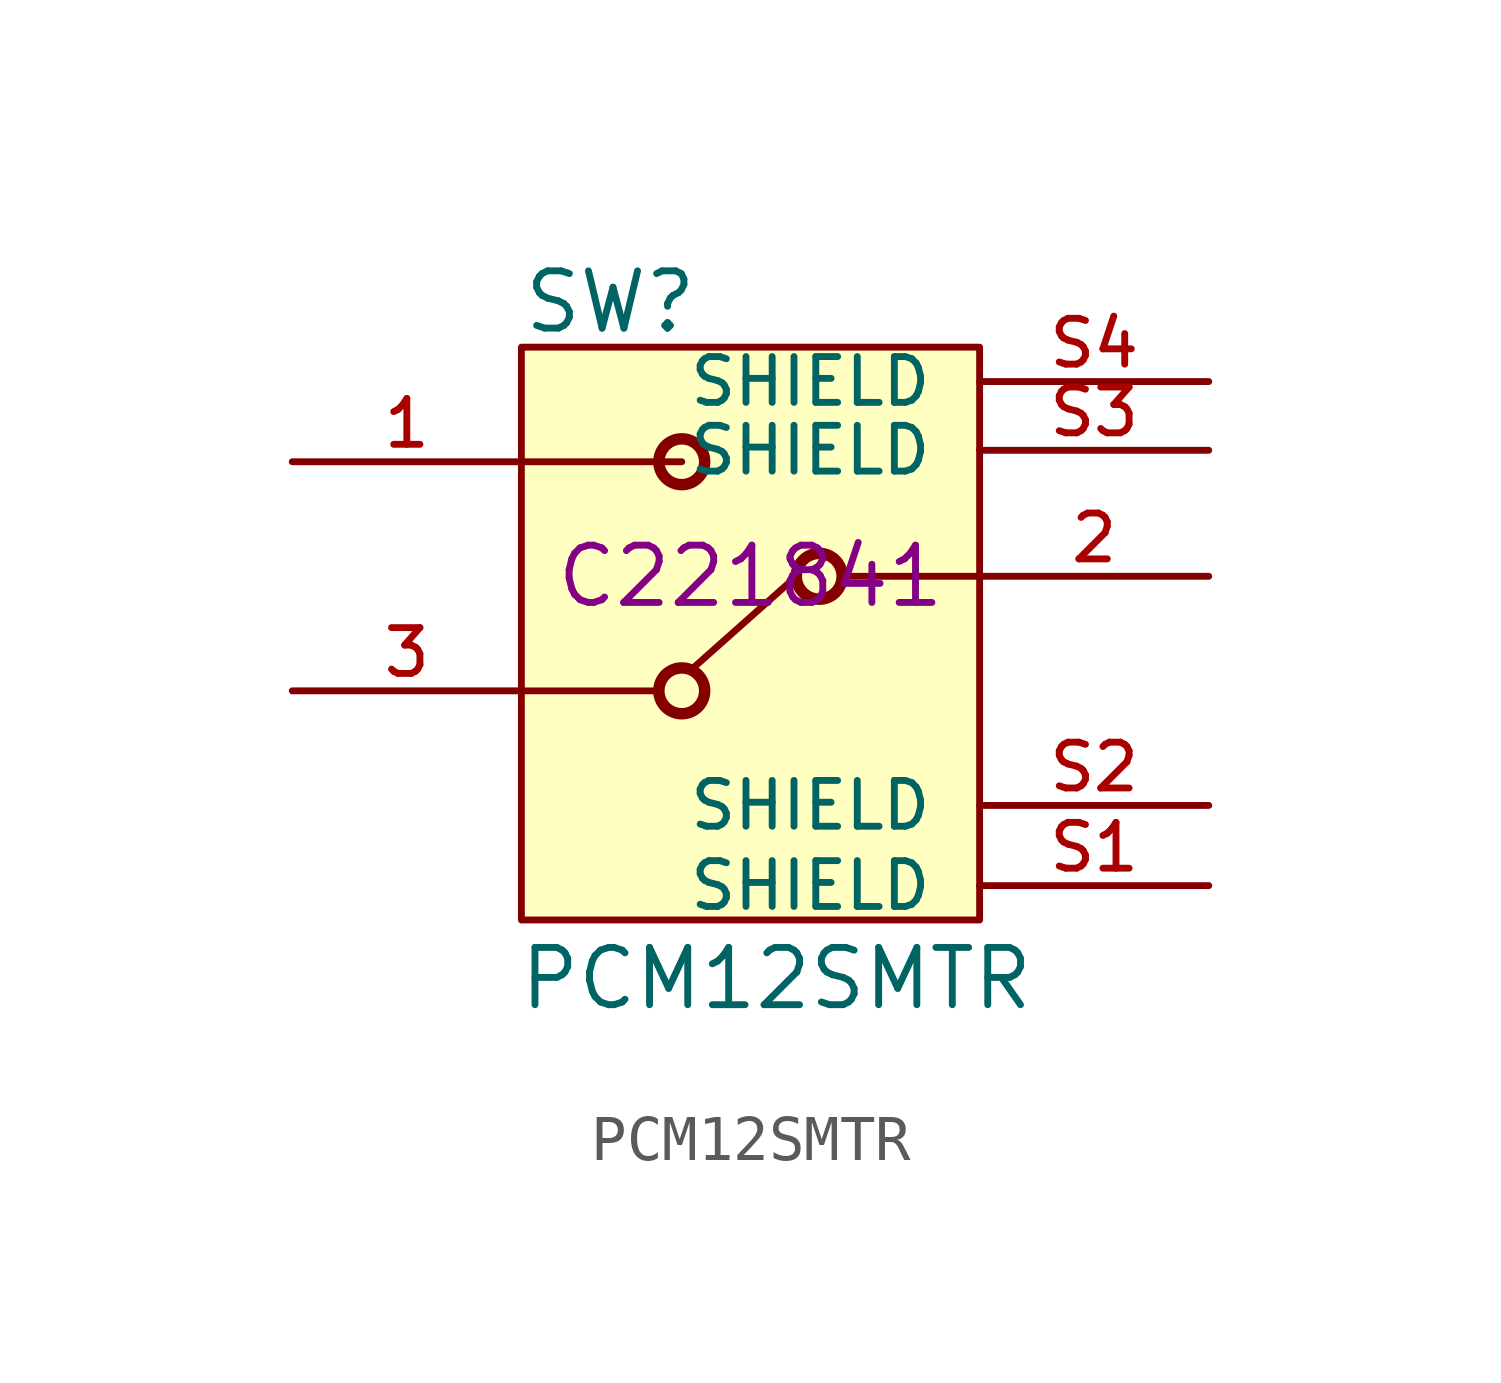
<source format=kicad_sym>
(kicad_symbol_lib
  (version 20220914)
  (generator kicad_symbol_editor)
  (symbol "PCM12SMTR"
    (pin_names
      (offset 1.016))
    (property "Reference" "SW"
      (at -5.084 5.339 0)
      (effects (font (size 1.27 1.27)) (justify left bottom)))
    (property "Value" "PCM12SMTR"
      (at -5.181 -9.662 0)
      (effects (font (size 1.27 1.27)) (justify left bottom)))
    (property "LCSC" "C221841"
      (at 0 0 0)
      (effects (font (size 1.27 1.27))))
    (symbol "PCM12SMTR_0_0"
      (rectangle (start -5.08 -7.62) (end 5.08 5.08) (stroke (width 0.152) (type default)) (fill (type background)))
      (circle (center -1.524 -2.54) (radius 0.508) (stroke (width 0.254) (type default)) (fill (type none)))
      (circle (center -1.524 2.54) (radius 0.508) (stroke (width 0.254) (type default)) (fill (type none)))
      (polyline (pts (xy -5.08 -2.54) (xy -2.032 -2.54)) (stroke (width 0.152) (type default)) (fill (type none)))
      (polyline (pts (xy -5.08 2.54) (xy -1.524 2.54)) (stroke (width 0.152) (type default)) (fill (type none)))
      (polyline (pts (xy 1.016 0) (xy -1.27 -2.032)) (stroke (width 0.152) (type default)) (fill (type none)))
      (polyline (pts (xy 2.032 0) (xy 5.08 0)) (stroke (width 0.152) (type default)) (fill (type none)))
      (circle (center 1.524 0) (radius 0.508) (stroke (width 0.254) (type default)) (fill (type none)))
      (pin passive line (at -10.16 2.54 0) (length 5.08) (name "~" (effects (font (size 1.016 1.016)))) (number "1" (effects (font (size 1.016 1.016)))))
      (pin passive line (at 10.16 0 180) (length 5.08) (name "~" (effects (font (size 1.016 1.016)))) (number "2" (effects (font (size 1.016 1.016)))))
      (pin passive line (at -10.16 -2.54 0) (length 5.08) (name "~" (effects (font (size 1.016 1.016)))) (number "3" (effects (font (size 1.016 1.016)))))
      (pin passive line (at 10.16 -6.858 180) (length 5.08) (name "SHIELD" (effects (font (size 1.016 1.016)))) (number "S1" (effects (font (size 1.016 1.016)))))
      (pin passive line (at 10.16 -5.08 180) (length 5.08) (name "SHIELD" (effects (font (size 1.016 1.016)))) (number "S2" (effects (font (size 1.016 1.016)))))
      (pin passive line (at 10.16 2.794 180) (length 5.08) (name "SHIELD" (effects (font (size 1.016 1.016)))) (number "S3" (effects (font (size 1.016 1.016)))))
      (pin passive line (at 10.16 4.318 180) (length 5.08) (name "SHIELD" (effects (font (size 1.016 1.016)))) (number "S4" (effects (font (size 1.016 1.016))))))))
</source>
